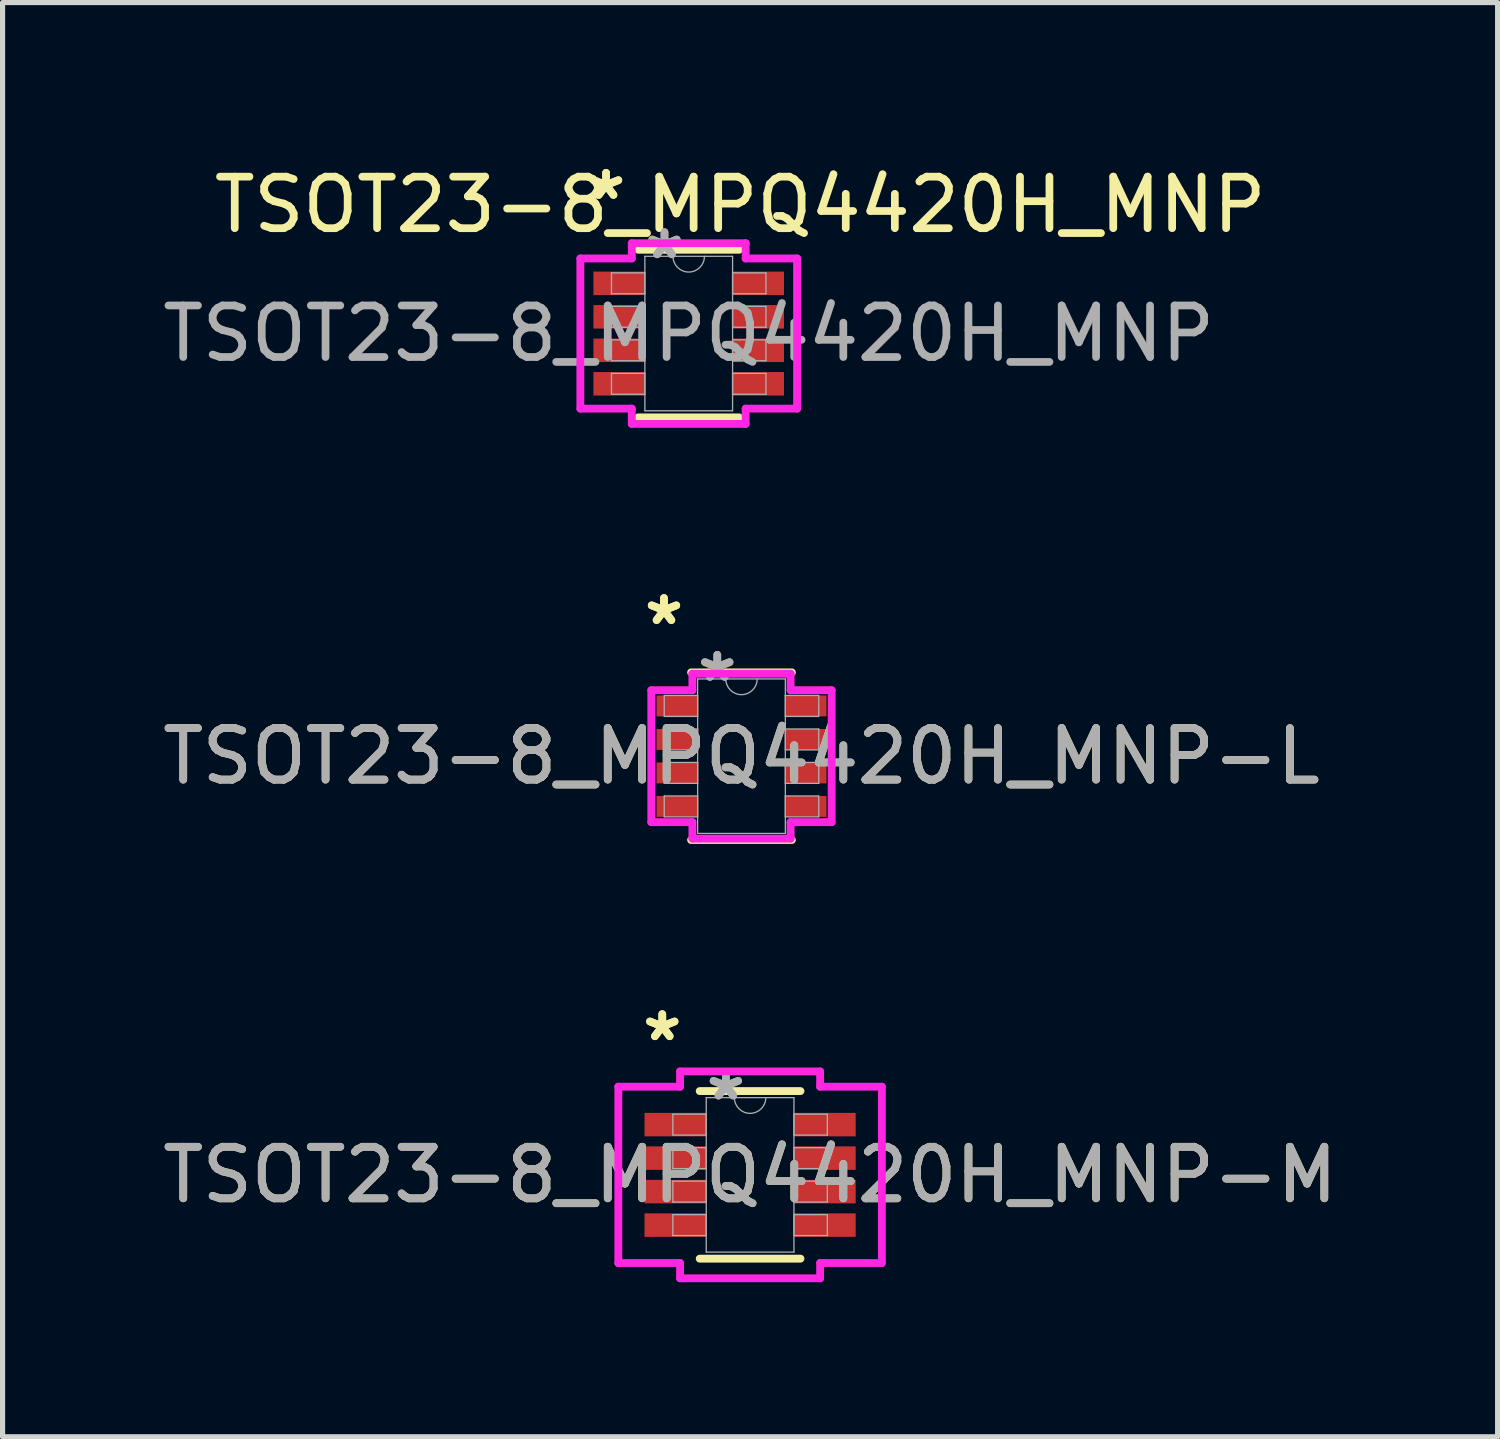
<source format=kicad_pcb>
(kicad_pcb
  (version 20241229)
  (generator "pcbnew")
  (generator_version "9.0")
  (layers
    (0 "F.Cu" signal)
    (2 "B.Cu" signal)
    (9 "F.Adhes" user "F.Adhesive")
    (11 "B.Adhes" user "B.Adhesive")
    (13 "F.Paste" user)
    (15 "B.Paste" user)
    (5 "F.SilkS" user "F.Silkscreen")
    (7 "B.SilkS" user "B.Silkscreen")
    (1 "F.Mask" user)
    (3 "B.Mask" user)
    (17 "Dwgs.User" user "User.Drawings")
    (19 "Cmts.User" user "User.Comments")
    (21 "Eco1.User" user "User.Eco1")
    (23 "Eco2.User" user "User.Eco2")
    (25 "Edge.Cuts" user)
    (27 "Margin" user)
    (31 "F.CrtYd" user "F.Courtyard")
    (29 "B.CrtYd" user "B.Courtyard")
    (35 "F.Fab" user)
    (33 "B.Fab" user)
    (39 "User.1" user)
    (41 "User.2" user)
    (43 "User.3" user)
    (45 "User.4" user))
  (footprint "TSOT23-8_MPQ4420H_MNP"
    (layer "F.Cu")
    (at 10.315 3.423)
    (property "Reference" "TSOT23-8_MPQ4420H_MNP" (at 1 -2.5 0) (unlocked yes) (layer "F.SilkS") (effects (font (size 1 1) (thickness 0.15))))
    (attr smd)
    (fp_line (start -0.978 1.626) (end 0.978 1.626) (stroke (width 0.152) (type solid)) (layer "F.SilkS"))
    (fp_line (start 0.978 -1.626) (end -0.978 -1.626) (stroke (width 0.152) (type solid)) (layer "F.SilkS"))
    (fp_line (start -2.103 -1.457) (end -1.105 -1.457) (stroke (width 0.152) (type solid)) (layer "F.CrtYd"))
    (fp_line (start -2.103 1.457) (end -2.103 -1.457) (stroke (width 0.152) (type solid)) (layer "F.CrtYd"))
    (fp_line (start -2.103 1.457) (end -1.105 1.457) (stroke (width 0.152) (type solid)) (layer "F.CrtYd"))
    (fp_line (start -1.105 -1.753) (end 1.105 -1.753) (stroke (width 0.152) (type solid)) (layer "F.CrtYd"))
    (fp_line (start -1.105 -1.457) (end -1.105 -1.753) (stroke (width 0.152) (type solid)) (layer "F.CrtYd"))
    (fp_line (start -1.105 1.753) (end -1.105 1.457) (stroke (width 0.152) (type solid)) (layer "F.CrtYd"))
    (fp_line (start 1.105 -1.753) (end 1.105 -1.457) (stroke (width 0.152) (type solid)) (layer "F.CrtYd"))
    (fp_line (start 1.105 1.457) (end 1.105 1.753) (stroke (width 0.152) (type solid)) (layer "F.CrtYd"))
    (fp_line (start 1.105 1.753) (end -1.105 1.753) (stroke (width 0.152) (type solid)) (layer "F.CrtYd"))
    (fp_line (start 2.103 -1.457) (end 1.105 -1.457) (stroke (width 0.152) (type solid)) (layer "F.CrtYd"))
    (fp_line (start 2.103 -1.457) (end 2.103 1.457) (stroke (width 0.152) (type solid)) (layer "F.CrtYd"))
    (fp_line (start 2.103 1.457) (end 1.105 1.457) (stroke (width 0.152) (type solid)) (layer "F.CrtYd"))
    (fp_line (start -1.499 -1.178) (end -1.499 -0.772) (stroke (width 0.025) (type solid)) (layer "F.Fab"))
    (fp_line (start -1.499 -0.772) (end -0.851 -0.772) (stroke (width 0.025) (type solid)) (layer "F.Fab"))
    (fp_line (start -1.499 -0.528) (end -1.499 -0.122) (stroke (width 0.025) (type solid)) (layer "F.Fab"))
    (fp_line (start -1.499 -0.122) (end -0.851 -0.122) (stroke (width 0.025) (type solid)) (layer "F.Fab"))
    (fp_line (start -1.499 0.122) (end -1.499 0.528) (stroke (width 0.025) (type solid)) (layer "F.Fab"))
    (fp_line (start -1.499 0.528) (end -0.851 0.528) (stroke (width 0.025) (type solid)) (layer "F.Fab"))
    (fp_line (start -1.499 0.772) (end -1.499 1.178) (stroke (width 0.025) (type solid)) (layer "F.Fab"))
    (fp_line (start -1.499 1.178) (end -0.851 1.178) (stroke (width 0.025) (type solid)) (layer "F.Fab"))
    (fp_line (start -0.851 -1.499) (end -0.851 1.499) (stroke (width 0.025) (type solid)) (layer "F.Fab"))
    (fp_line (start -0.851 -1.178) (end -1.499 -1.178) (stroke (width 0.025) (type solid)) (layer "F.Fab"))
    (fp_line (start -0.851 -0.772) (end -0.851 -1.178) (stroke (width 0.025) (type solid)) (layer "F.Fab"))
    (fp_line (start -0.851 -0.528) (end -1.499 -0.528) (stroke (width 0.025) (type solid)) (layer "F.Fab"))
    (fp_line (start -0.851 -0.122) (end -0.851 -0.528) (stroke (width 0.025) (type solid)) (layer "F.Fab"))
    (fp_line (start -0.851 0.122) (end -1.499 0.122) (stroke (width 0.025) (type solid)) (layer "F.Fab"))
    (fp_line (start -0.851 0.528) (end -0.851 0.122) (stroke (width 0.025) (type solid)) (layer "F.Fab"))
    (fp_line (start -0.851 0.772) (end -1.499 0.772) (stroke (width 0.025) (type solid)) (layer "F.Fab"))
    (fp_line (start -0.851 1.178) (end -0.851 0.772) (stroke (width 0.025) (type solid)) (layer "F.Fab"))
    (fp_line (start -0.851 1.499) (end 0.851 1.499) (stroke (width 0.025) (type solid)) (layer "F.Fab"))
    (fp_line (start 0.851 -1.499) (end -0.851 -1.499) (stroke (width 0.025) (type solid)) (layer "F.Fab"))
    (fp_line (start 0.851 -1.178) (end 0.851 -0.772) (stroke (width 0.025) (type solid)) (layer "F.Fab"))
    (fp_line (start 0.851 -0.772) (end 1.499 -0.772) (stroke (width 0.025) (type solid)) (layer "F.Fab"))
    (fp_line (start 0.851 -0.528) (end 0.851 -0.122) (stroke (width 0.025) (type solid)) (layer "F.Fab"))
    (fp_line (start 0.851 -0.122) (end 1.499 -0.122) (stroke (width 0.025) (type solid)) (layer "F.Fab"))
    (fp_line (start 0.851 0.122) (end 0.851 0.528) (stroke (width 0.025) (type solid)) (layer "F.Fab"))
    (fp_line (start 0.851 0.528) (end 1.499 0.528) (stroke (width 0.025) (type solid)) (layer "F.Fab"))
    (fp_line (start 0.851 0.772) (end 0.851 1.178) (stroke (width 0.025) (type solid)) (layer "F.Fab"))
    (fp_line (start 0.851 1.178) (end 1.499 1.178) (stroke (width 0.025) (type solid)) (layer "F.Fab"))
    (fp_line (start 0.851 1.499) (end 0.851 -1.499) (stroke (width 0.025) (type solid)) (layer "F.Fab"))
    (fp_line (start 1.499 -1.178) (end 0.851 -1.178) (stroke (width 0.025) (type solid)) (layer "F.Fab"))
    (fp_line (start 1.499 -0.772) (end 1.499 -1.178) (stroke (width 0.025) (type solid)) (layer "F.Fab"))
    (fp_line (start 1.499 -0.528) (end 0.851 -0.528) (stroke (width 0.025) (type solid)) (layer "F.Fab"))
    (fp_line (start 1.499 -0.122) (end 1.499 -0.528) (stroke (width 0.025) (type solid)) (layer "F.Fab"))
    (fp_line (start 1.499 0.122) (end 0.851 0.122) (stroke (width 0.025) (type solid)) (layer "F.Fab"))
    (fp_line (start 1.499 0.528) (end 1.499 0.122) (stroke (width 0.025) (type solid)) (layer "F.Fab"))
    (fp_line (start 1.499 0.772) (end 0.851 0.772) (stroke (width 0.025) (type solid)) (layer "F.Fab"))
    (fp_line (start 1.499 1.178) (end 1.499 0.772) (stroke (width 0.025) (type solid)) (layer "F.Fab"))
    (fp_arc (start 0.3048 -1.4986) (mid 0 -1.1938) (end -0.3048 -1.4986) (stroke (width 0.0254) (type solid)) (layer "F.Fab"))
    (fp_text user "*" (at -1.604 -2.574 0) (unlocked yes) (layer "F.SilkS") (effects (font (size 1 1) (thickness 0.15))))
    (fp_text user "*" (at -1.604 -2.574 0) (layer "F.SilkS") (effects (font (size 1 1) (thickness 0.15))))
    (fp_text user "*" (at -0.47 -1.422 0) (unlocked yes) (layer "F.Fab") (effects (font (size 1 1) (thickness 0.15))))
    (fp_text user "*" (at -0.47 -1.422 0) (layer "F.Fab") (effects (font (size 1 1) (thickness 0.15))))
    (fp_text user "${REFERENCE}" (at 0 0 0) (unlocked yes) (layer "F.Fab") (effects (font (size 1 1) (thickness 0.15))))
    (pad "1" smd rect (at -1.35 -0.975) (size 0.998 0.456) (layers "F.Cu" "F.Mask" "F.Paste"))
    (pad "2" smd rect (at -1.35 -0.325) (size 0.998 0.456) (layers "F.Cu" "F.Mask" "F.Paste"))
    (pad "3" smd rect (at -1.35 0.325) (size 0.998 0.456) (layers "F.Cu" "F.Mask" "F.Paste"))
    (pad "4" smd rect (at -1.35 0.975) (size 0.998 0.456) (layers "F.Cu" "F.Mask" "F.Paste"))
    (pad "5" smd rect (at 1.35 0.975) (size 0.998 0.456) (layers "F.Cu" "F.Mask" "F.Paste"))
    (pad "6" smd rect (at 1.35 0.325) (size 0.998 0.456) (layers "F.Cu" "F.Mask" "F.Paste"))
    (pad "7" smd rect (at 1.35 -0.325) (size 0.998 0.456) (layers "F.Cu" "F.Mask" "F.Paste"))
    (pad "8" smd rect (at 1.35 -0.975) (size 0.998 0.456) (layers "F.Cu" "F.Mask" "F.Paste")))
  (footprint "TSOT23-8_MPQ4420H_MNP-M"
    (layer "F.Cu")
    (at 11.506 19.749)
    (property "Reference" "TSOT23-8_MPQ4420H_MNP-M" (at 0 0 0) (unlocked yes) (layer "F.SilkS") (effects (font (size 1 1) (thickness 0.15))))
    (attr smd)
    (fp_line (start -0.978 1.626) (end 0.978 1.626) (stroke (width 0.152) (type solid)) (layer "F.SilkS"))
    (fp_line (start 0.978 -1.626) (end -0.978 -1.626) (stroke (width 0.152) (type solid)) (layer "F.SilkS"))
    (fp_line (start -2.557 -1.711) (end -1.359 -1.711) (stroke (width 0.152) (type solid)) (layer "F.CrtYd"))
    (fp_line (start -2.557 1.711) (end -2.557 -1.711) (stroke (width 0.152) (type solid)) (layer "F.CrtYd"))
    (fp_line (start -2.557 1.711) (end -1.359 1.711) (stroke (width 0.152) (type solid)) (layer "F.CrtYd"))
    (fp_line (start -1.359 -2.007) (end 1.359 -2.007) (stroke (width 0.152) (type solid)) (layer "F.CrtYd"))
    (fp_line (start -1.359 -1.711) (end -1.359 -2.007) (stroke (width 0.152) (type solid)) (layer "F.CrtYd"))
    (fp_line (start -1.359 2.007) (end -1.359 1.711) (stroke (width 0.152) (type solid)) (layer "F.CrtYd"))
    (fp_line (start 1.359 -2.007) (end 1.359 -1.711) (stroke (width 0.152) (type solid)) (layer "F.CrtYd"))
    (fp_line (start 1.359 1.711) (end 1.359 2.007) (stroke (width 0.152) (type solid)) (layer "F.CrtYd"))
    (fp_line (start 1.359 2.007) (end -1.359 2.007) (stroke (width 0.152) (type solid)) (layer "F.CrtYd"))
    (fp_line (start 2.557 -1.711) (end 1.359 -1.711) (stroke (width 0.152) (type solid)) (layer "F.CrtYd"))
    (fp_line (start 2.557 -1.711) (end 2.557 1.711) (stroke (width 0.152) (type solid)) (layer "F.CrtYd"))
    (fp_line (start 2.557 1.711) (end 1.359 1.711) (stroke (width 0.152) (type solid)) (layer "F.CrtYd"))
    (fp_line (start -1.499 -1.178) (end -1.499 -0.772) (stroke (width 0.025) (type solid)) (layer "F.Fab"))
    (fp_line (start -1.499 -0.772) (end -0.851 -0.772) (stroke (width 0.025) (type solid)) (layer "F.Fab"))
    (fp_line (start -1.499 -0.528) (end -1.499 -0.122) (stroke (width 0.025) (type solid)) (layer "F.Fab"))
    (fp_line (start -1.499 -0.122) (end -0.851 -0.122) (stroke (width 0.025) (type solid)) (layer "F.Fab"))
    (fp_line (start -1.499 0.122) (end -1.499 0.528) (stroke (width 0.025) (type solid)) (layer "F.Fab"))
    (fp_line (start -1.499 0.528) (end -0.851 0.528) (stroke (width 0.025) (type solid)) (layer "F.Fab"))
    (fp_line (start -1.499 0.772) (end -1.499 1.178) (stroke (width 0.025) (type solid)) (layer "F.Fab"))
    (fp_line (start -1.499 1.178) (end -0.851 1.178) (stroke (width 0.025) (type solid)) (layer "F.Fab"))
    (fp_line (start -0.851 -1.499) (end -0.851 1.499) (stroke (width 0.025) (type solid)) (layer "F.Fab"))
    (fp_line (start -0.851 -1.178) (end -1.499 -1.178) (stroke (width 0.025) (type solid)) (layer "F.Fab"))
    (fp_line (start -0.851 -0.772) (end -0.851 -1.178) (stroke (width 0.025) (type solid)) (layer "F.Fab"))
    (fp_line (start -0.851 -0.528) (end -1.499 -0.528) (stroke (width 0.025) (type solid)) (layer "F.Fab"))
    (fp_line (start -0.851 -0.122) (end -0.851 -0.528) (stroke (width 0.025) (type solid)) (layer "F.Fab"))
    (fp_line (start -0.851 0.122) (end -1.499 0.122) (stroke (width 0.025) (type solid)) (layer "F.Fab"))
    (fp_line (start -0.851 0.528) (end -0.851 0.122) (stroke (width 0.025) (type solid)) (layer "F.Fab"))
    (fp_line (start -0.851 0.772) (end -1.499 0.772) (stroke (width 0.025) (type solid)) (layer "F.Fab"))
    (fp_line (start -0.851 1.178) (end -0.851 0.772) (stroke (width 0.025) (type solid)) (layer "F.Fab"))
    (fp_line (start -0.851 1.499) (end 0.851 1.499) (stroke (width 0.025) (type solid)) (layer "F.Fab"))
    (fp_line (start 0.851 -1.499) (end -0.851 -1.499) (stroke (width 0.025) (type solid)) (layer "F.Fab"))
    (fp_line (start 0.851 -1.178) (end 0.851 -0.772) (stroke (width 0.025) (type solid)) (layer "F.Fab"))
    (fp_line (start 0.851 -0.772) (end 1.499 -0.772) (stroke (width 0.025) (type solid)) (layer "F.Fab"))
    (fp_line (start 0.851 -0.528) (end 0.851 -0.122) (stroke (width 0.025) (type solid)) (layer "F.Fab"))
    (fp_line (start 0.851 -0.122) (end 1.499 -0.122) (stroke (width 0.025) (type solid)) (layer "F.Fab"))
    (fp_line (start 0.851 0.122) (end 0.851 0.528) (stroke (width 0.025) (type solid)) (layer "F.Fab"))
    (fp_line (start 0.851 0.528) (end 1.499 0.528) (stroke (width 0.025) (type solid)) (layer "F.Fab"))
    (fp_line (start 0.851 0.772) (end 0.851 1.178) (stroke (width 0.025) (type solid)) (layer "F.Fab"))
    (fp_line (start 0.851 1.178) (end 1.499 1.178) (stroke (width 0.025) (type solid)) (layer "F.Fab"))
    (fp_line (start 0.851 1.499) (end 0.851 -1.499) (stroke (width 0.025) (type solid)) (layer "F.Fab"))
    (fp_line (start 1.499 -1.178) (end 0.851 -1.178) (stroke (width 0.025) (type solid)) (layer "F.Fab"))
    (fp_line (start 1.499 -0.772) (end 1.499 -1.178) (stroke (width 0.025) (type solid)) (layer "F.Fab"))
    (fp_line (start 1.499 -0.528) (end 0.851 -0.528) (stroke (width 0.025) (type solid)) (layer "F.Fab"))
    (fp_line (start 1.499 -0.122) (end 1.499 -0.528) (stroke (width 0.025) (type solid)) (layer "F.Fab"))
    (fp_line (start 1.499 0.122) (end 0.851 0.122) (stroke (width 0.025) (type solid)) (layer "F.Fab"))
    (fp_line (start 1.499 0.528) (end 1.499 0.122) (stroke (width 0.025) (type solid)) (layer "F.Fab"))
    (fp_line (start 1.499 0.772) (end 0.851 0.772) (stroke (width 0.025) (type solid)) (layer "F.Fab"))
    (fp_line (start 1.499 1.178) (end 1.499 0.772) (stroke (width 0.025) (type solid)) (layer "F.Fab"))
    (fp_arc (start 0.3048 -1.4986) (mid 0 -1.1938) (end -0.3048 -1.4986) (stroke (width 0.0254) (type solid)) (layer "F.Fab"))
    (fp_text user "*" (at -1.704 -2.574 0) (layer "F.SilkS") (effects (font (size 1 1) (thickness 0.15))))
    (fp_text user "*" (at -1.704 -2.574 0) (unlocked yes) (layer "F.SilkS") (effects (font (size 1 1) (thickness 0.15))))
    (fp_text user "*" (at -0.47 -1.422 0) (layer "F.Fab") (effects (font (size 1 1) (thickness 0.15))))
    (fp_text user "*" (at -0.47 -1.422 0) (unlocked yes) (layer "F.Fab") (effects (font (size 1 1) (thickness 0.15))))
    (fp_text user "${REFERENCE}" (at 0 0 0) (unlocked yes) (layer "F.Fab") (effects (font (size 1 1) (thickness 0.15))))
    (pad "1" smd rect (at -1.45 -0.975) (size 1.198 0.456) (layers "F.Cu" "F.Mask" "F.Paste"))
    (pad "2" smd rect (at -1.45 -0.325) (size 1.198 0.456) (layers "F.Cu" "F.Mask" "F.Paste"))
    (pad "3" smd rect (at -1.45 0.325) (size 1.198 0.456) (layers "F.Cu" "F.Mask" "F.Paste"))
    (pad "4" smd rect (at -1.45 0.975) (size 1.198 0.456) (layers "F.Cu" "F.Mask" "F.Paste"))
    (pad "5" smd rect (at 1.45 0.975) (size 1.198 0.456) (layers "F.Cu" "F.Mask" "F.Paste"))
    (pad "6" smd rect (at 1.45 0.325) (size 1.198 0.456) (layers "F.Cu" "F.Mask" "F.Paste"))
    (pad "7" smd rect (at 1.45 -0.325) (size 1.198 0.456) (layers "F.Cu" "F.Mask" "F.Paste"))
    (pad "8" smd rect (at 1.45 -0.975) (size 1.198 0.456) (layers "F.Cu" "F.Mask" "F.Paste")))
  (footprint "TSOT23-8_MPQ4420H_MNP-L"
    (layer "F.Cu")
    (at 11.339 11.624)
    (property "Reference" "TSOT23-8_MPQ4420H_MNP-L" (at 0 0 0) (unlocked yes) (layer "F.SilkS") (effects (font (size 1 1) (thickness 0.15))))
    (attr smd)
    (fp_line (start -0.978 1.626) (end 0.978 1.626) (stroke (width 0.152) (type solid)) (layer "F.SilkS"))
    (fp_line (start 0.978 -1.626) (end -0.978 -1.626) (stroke (width 0.152) (type solid)) (layer "F.SilkS"))
    (fp_line (start -1.75 -1.28) (end -0.953 -1.28) (stroke (width 0.152) (type solid)) (layer "F.CrtYd"))
    (fp_line (start -1.75 1.28) (end -1.75 -1.28) (stroke (width 0.152) (type solid)) (layer "F.CrtYd"))
    (fp_line (start -1.75 1.28) (end -0.953 1.28) (stroke (width 0.152) (type solid)) (layer "F.CrtYd"))
    (fp_line (start -0.953 -1.6) (end 0.953 -1.6) (stroke (width 0.152) (type solid)) (layer "F.CrtYd"))
    (fp_line (start -0.953 -1.28) (end -0.953 -1.6) (stroke (width 0.152) (type solid)) (layer "F.CrtYd"))
    (fp_line (start -0.953 1.6) (end -0.953 1.28) (stroke (width 0.152) (type solid)) (layer "F.CrtYd"))
    (fp_line (start 0.953 -1.6) (end 0.953 -1.28) (stroke (width 0.152) (type solid)) (layer "F.CrtYd"))
    (fp_line (start 0.953 1.28) (end 0.953 1.6) (stroke (width 0.152) (type solid)) (layer "F.CrtYd"))
    (fp_line (start 0.953 1.6) (end -0.953 1.6) (stroke (width 0.152) (type solid)) (layer "F.CrtYd"))
    (fp_line (start 1.75 -1.28) (end 0.953 -1.28) (stroke (width 0.152) (type solid)) (layer "F.CrtYd"))
    (fp_line (start 1.75 -1.28) (end 1.75 1.28) (stroke (width 0.152) (type solid)) (layer "F.CrtYd"))
    (fp_line (start 1.75 1.28) (end 0.953 1.28) (stroke (width 0.152) (type solid)) (layer "F.CrtYd"))
    (fp_line (start -1.499 -1.178) (end -1.499 -0.772) (stroke (width 0.025) (type solid)) (layer "F.Fab"))
    (fp_line (start -1.499 -0.772) (end -0.851 -0.772) (stroke (width 0.025) (type solid)) (layer "F.Fab"))
    (fp_line (start -1.499 -0.528) (end -1.499 -0.122) (stroke (width 0.025) (type solid)) (layer "F.Fab"))
    (fp_line (start -1.499 -0.122) (end -0.851 -0.122) (stroke (width 0.025) (type solid)) (layer "F.Fab"))
    (fp_line (start -1.499 0.122) (end -1.499 0.528) (stroke (width 0.025) (type solid)) (layer "F.Fab"))
    (fp_line (start -1.499 0.528) (end -0.851 0.528) (stroke (width 0.025) (type solid)) (layer "F.Fab"))
    (fp_line (start -1.499 0.772) (end -1.499 1.178) (stroke (width 0.025) (type solid)) (layer "F.Fab"))
    (fp_line (start -1.499 1.178) (end -0.851 1.178) (stroke (width 0.025) (type solid)) (layer "F.Fab"))
    (fp_line (start -0.851 -1.499) (end -0.851 1.499) (stroke (width 0.025) (type solid)) (layer "F.Fab"))
    (fp_line (start -0.851 -1.178) (end -1.499 -1.178) (stroke (width 0.025) (type solid)) (layer "F.Fab"))
    (fp_line (start -0.851 -0.772) (end -0.851 -1.178) (stroke (width 0.025) (type solid)) (layer "F.Fab"))
    (fp_line (start -0.851 -0.528) (end -1.499 -0.528) (stroke (width 0.025) (type solid)) (layer "F.Fab"))
    (fp_line (start -0.851 -0.122) (end -0.851 -0.528) (stroke (width 0.025) (type solid)) (layer "F.Fab"))
    (fp_line (start -0.851 0.122) (end -1.499 0.122) (stroke (width 0.025) (type solid)) (layer "F.Fab"))
    (fp_line (start -0.851 0.528) (end -0.851 0.122) (stroke (width 0.025) (type solid)) (layer "F.Fab"))
    (fp_line (start -0.851 0.772) (end -1.499 0.772) (stroke (width 0.025) (type solid)) (layer "F.Fab"))
    (fp_line (start -0.851 1.178) (end -0.851 0.772) (stroke (width 0.025) (type solid)) (layer "F.Fab"))
    (fp_line (start -0.851 1.499) (end 0.851 1.499) (stroke (width 0.025) (type solid)) (layer "F.Fab"))
    (fp_line (start 0.851 -1.499) (end -0.851 -1.499) (stroke (width 0.025) (type solid)) (layer "F.Fab"))
    (fp_line (start 0.851 -1.178) (end 0.851 -0.772) (stroke (width 0.025) (type solid)) (layer "F.Fab"))
    (fp_line (start 0.851 -0.772) (end 1.499 -0.772) (stroke (width 0.025) (type solid)) (layer "F.Fab"))
    (fp_line (start 0.851 -0.528) (end 0.851 -0.122) (stroke (width 0.025) (type solid)) (layer "F.Fab"))
    (fp_line (start 0.851 -0.122) (end 1.499 -0.122) (stroke (width 0.025) (type solid)) (layer "F.Fab"))
    (fp_line (start 0.851 0.122) (end 0.851 0.528) (stroke (width 0.025) (type solid)) (layer "F.Fab"))
    (fp_line (start 0.851 0.528) (end 1.499 0.528) (stroke (width 0.025) (type solid)) (layer "F.Fab"))
    (fp_line (start 0.851 0.772) (end 0.851 1.178) (stroke (width 0.025) (type solid)) (layer "F.Fab"))
    (fp_line (start 0.851 1.178) (end 1.499 1.178) (stroke (width 0.025) (type solid)) (layer "F.Fab"))
    (fp_line (start 0.851 1.499) (end 0.851 -1.499) (stroke (width 0.025) (type solid)) (layer "F.Fab"))
    (fp_line (start 1.499 -1.178) (end 0.851 -1.178) (stroke (width 0.025) (type solid)) (layer "F.Fab"))
    (fp_line (start 1.499 -0.772) (end 1.499 -1.178) (stroke (width 0.025) (type solid)) (layer "F.Fab"))
    (fp_line (start 1.499 -0.528) (end 0.851 -0.528) (stroke (width 0.025) (type solid)) (layer "F.Fab"))
    (fp_line (start 1.499 -0.122) (end 1.499 -0.528) (stroke (width 0.025) (type solid)) (layer "F.Fab"))
    (fp_line (start 1.499 0.122) (end 0.851 0.122) (stroke (width 0.025) (type solid)) (layer "F.Fab"))
    (fp_line (start 1.499 0.528) (end 1.499 0.122) (stroke (width 0.025) (type solid)) (layer "F.Fab"))
    (fp_line (start 1.499 0.772) (end 0.851 0.772) (stroke (width 0.025) (type solid)) (layer "F.Fab"))
    (fp_line (start 1.499 1.178) (end 1.499 0.772) (stroke (width 0.025) (type solid)) (layer "F.Fab"))
    (fp_arc (start 0.3048 -1.4986) (mid 0 -1.1938) (end -0.3048 -1.4986) (stroke (width 0.0254) (type solid)) (layer "F.Fab"))
    (fp_text user "*" (at -1.504 -2.524 0) (layer "F.SilkS") (effects (font (size 1 1) (thickness 0.15))))
    (fp_text user "*" (at -1.504 -2.524 0) (unlocked yes) (layer "F.SilkS") (effects (font (size 1 1) (thickness 0.15))))
    (fp_text user "*" (at -0.47 -1.422 0) (unlocked yes) (layer "F.Fab") (effects (font (size 1 1) (thickness 0.15))))
    (fp_text user "${REFERENCE}" (at 0 0 0) (unlocked yes) (layer "F.Fab") (effects (font (size 1 1) (thickness 0.15))))
    (fp_text user "*" (at -0.47 -1.422 0) (layer "F.Fab") (effects (font (size 1 1) (thickness 0.15))))
    (pad "1" smd rect (at -1.25 -0.975) (size 0.798 0.406) (layers "F.Cu" "F.Mask" "F.Paste"))
    (pad "2" smd rect (at -1.25 -0.325) (size 0.798 0.406) (layers "F.Cu" "F.Mask" "F.Paste"))
    (pad "3" smd rect (at -1.25 0.325) (size 0.798 0.406) (layers "F.Cu" "F.Mask" "F.Paste"))
    (pad "4" smd rect (at -1.25 0.975) (size 0.798 0.406) (layers "F.Cu" "F.Mask" "F.Paste"))
    (pad "5" smd rect (at 1.25 0.975) (size 0.798 0.406) (layers "F.Cu" "F.Mask" "F.Paste"))
    (pad "6" smd rect (at 1.25 0.325) (size 0.798 0.406) (layers "F.Cu" "F.Mask" "F.Paste"))
    (pad "7" smd rect (at 1.25 -0.325) (size 0.798 0.406) (layers "F.Cu" "F.Mask" "F.Paste"))
    (pad "8" smd rect (at 1.25 -0.975) (size 0.798 0.406) (layers "F.Cu" "F.Mask" "F.Paste")))
  (gr_rect
    (start -3 -3)
    (end 26.012 24.831)
    (stroke (width 0.1) (type default))
    (fill no)
    (layer "Edge.Cuts")))
</source>
